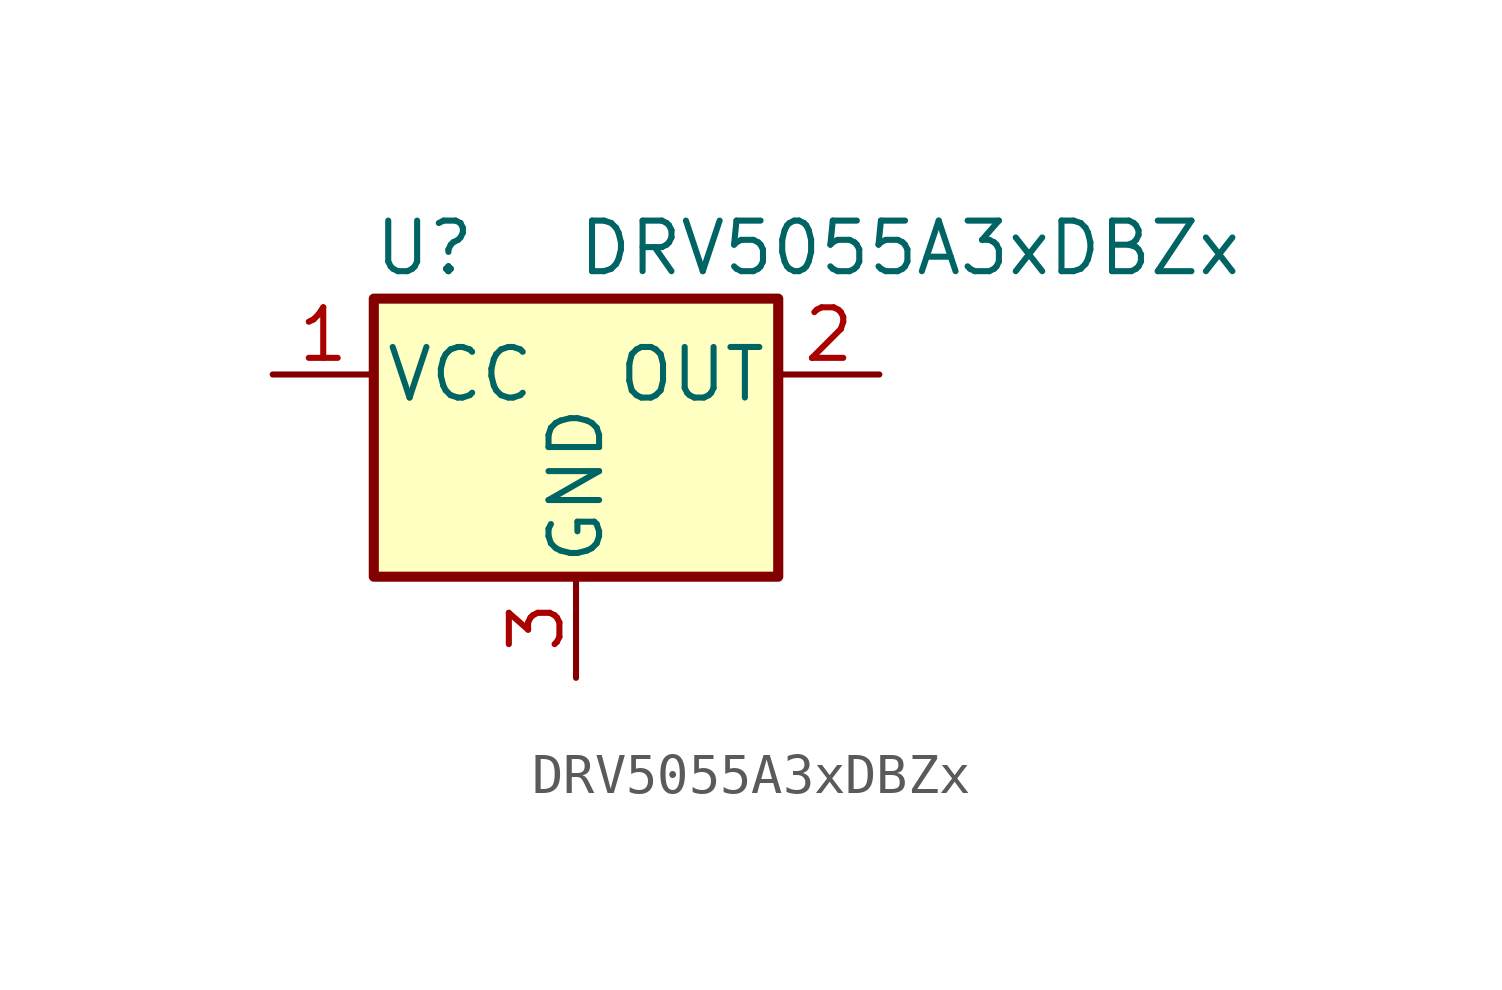
<source format=kicad_sym>
(kicad_symbol_lib
  (version 20241209)
  (generator "kicad_symbol_editor")
  (generator_version "9.0")
  (symbol "DRV5055A3xDBZx"
    (pin_names
      (offset 0.254))
    (property "Reference" "U"
      (at -3.81 3.175 0)
      (effects (font (size 1.27 1.27))))
    (property "Value" "DRV5055A3xDBZx"
      (at 0 3.175 0)
      (effects (font (size 1.27 1.27)) (justify left)))
    (symbol "DRV5055A3xDBZx_0_1"
      (rectangle (start -5.08 1.905) (end 5.08 -5.08) (stroke (width 0.254) (type default)) (fill (type background))))
    (symbol "DRV5055A3xDBZx_1_1"
      (pin power_in line (at -7.62 0 0) (length 2.54) (name "VCC" (effects (font (size 1.27 1.27)))) (number "1" (effects (font (size 1.27 1.27)))))
      (pin power_in line (at 0 -7.62 90) (length 2.54) (name "GND" (effects (font (size 1.27 1.27)))) (number "3" (effects (font (size 1.27 1.27)))))
      (pin output line (at 7.62 0 180) (length 2.54) (name "OUT" (effects (font (size 1.27 1.27)))) (number "2" (effects (font (size 1.27 1.27))))))))
</source>
